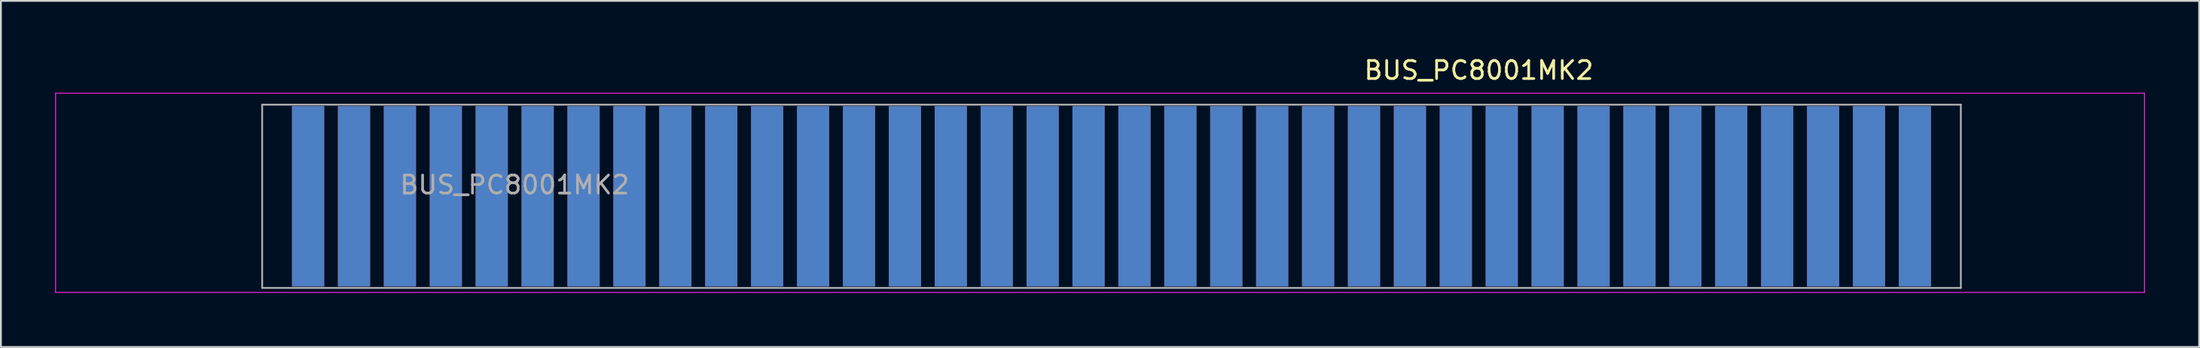
<source format=kicad_pcb>
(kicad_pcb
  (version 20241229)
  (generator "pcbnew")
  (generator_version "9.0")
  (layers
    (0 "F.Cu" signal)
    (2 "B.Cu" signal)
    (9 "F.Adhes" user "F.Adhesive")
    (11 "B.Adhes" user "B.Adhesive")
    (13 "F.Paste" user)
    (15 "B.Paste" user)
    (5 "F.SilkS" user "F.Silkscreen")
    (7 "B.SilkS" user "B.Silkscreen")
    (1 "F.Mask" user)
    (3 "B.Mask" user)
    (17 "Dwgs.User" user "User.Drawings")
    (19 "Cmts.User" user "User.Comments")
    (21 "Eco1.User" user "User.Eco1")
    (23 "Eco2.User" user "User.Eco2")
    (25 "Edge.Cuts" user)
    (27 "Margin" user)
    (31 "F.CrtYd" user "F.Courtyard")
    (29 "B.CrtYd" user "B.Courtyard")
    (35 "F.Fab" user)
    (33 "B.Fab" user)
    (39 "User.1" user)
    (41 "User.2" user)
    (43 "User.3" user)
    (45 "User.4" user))
  (footprint "BUS_PC8001MK2"
    (layer "F.Cu")
    (at 102.895 9.103)
    (property "Reference" "BUS_PC8001MK2" (at -24.13 -8.255 0) (layer "F.SilkS") (effects (font (size 1 1) (thickness 0.15))))
    (attr exclude_from_pos_files exclude_from_bom)
    (fp_line (start -102.87 -6.985) (end 12.7 -6.985) (stroke (width 0.05) (type solid)) (layer "F.CrtYd"))
    (fp_line (start -102.87 4.06) (end -102.87 -6.985) (stroke (width 0.05) (type solid)) (layer "F.CrtYd"))
    (fp_line (start 12.7 4.06) (end -102.87 4.06) (stroke (width 0.05) (type solid)) (layer "F.CrtYd"))
    (fp_line (start 12.7 4.06) (end 12.7 -6.985) (stroke (width 0.05) (type solid)) (layer "F.CrtYd"))
    (fp_line (start -91.44 -6.35) (end -91.44 3.81) (stroke (width 0.1) (type solid)) (layer "F.Fab"))
    (fp_line (start -91.44 -6.35) (end 2.54 -6.35) (stroke (width 0.1) (type solid)) (layer "F.Fab"))
    (fp_line (start 2.54 -6.35) (end 2.54 3.81) (stroke (width 0.1) (type solid)) (layer "F.Fab"))
    (fp_line (start 2.54 3.81) (end -91.44 3.81) (stroke (width 0.1) (type solid)) (layer "F.Fab"))
    (fp_text user "${REFERENCE}" (at -77.47 -1.905 0) (layer "F.Fab") (effects (font (size 1 1) (thickness 0.15))))
    (pad "a1" connect rect (at -88.9 -1.27) (size 1.78 10) (layers "F.Cu" "F.Mask"))
    (pad "a2" connect rect (at -86.36 -1.27) (size 1.78 10) (layers "F.Cu" "F.Mask"))
    (pad "a3" connect rect (at -83.82 -1.27) (size 1.78 10) (layers "F.Cu" "F.Mask"))
    (pad "a4" connect rect (at -81.28 -1.27) (size 1.78 10) (layers "F.Cu" "F.Mask"))
    (pad "a5" connect rect (at -78.74 -1.27) (size 1.78 10) (layers "F.Cu" "F.Mask"))
    (pad "a6" connect rect (at -76.2 -1.27) (size 1.78 10) (layers "F.Cu" "F.Mask"))
    (pad "a7" connect rect (at -73.66 -1.27) (size 1.78 10) (layers "F.Cu" "F.Mask"))
    (pad "a8" connect rect (at -71.12 -1.27) (size 1.78 10) (layers "F.Cu" "F.Mask"))
    (pad "a9" connect rect (at -68.58 -1.27) (size 1.78 10) (layers "F.Cu" "F.Mask"))
    (pad "a10" connect rect (at -66.04 -1.27) (size 1.78 10) (layers "F.Cu" "F.Mask"))
    (pad "a11" connect rect (at -63.5 -1.27) (size 1.78 10) (layers "F.Cu" "F.Mask"))
    (pad "a12" connect rect (at -60.96 -1.27) (size 1.78 10) (layers "F.Cu" "F.Mask"))
    (pad "a13" connect rect (at -58.42 -1.27) (size 1.78 10) (layers "F.Cu" "F.Mask"))
    (pad "a14" connect rect (at -55.88 -1.27) (size 1.78 10) (layers "F.Cu" "F.Mask"))
    (pad "a15" connect rect (at -53.34 -1.27) (size 1.78 10) (layers "F.Cu" "F.Mask"))
    (pad "a16" connect rect (at -50.8 -1.27) (size 1.78 10) (layers "F.Cu" "F.Mask"))
    (pad "a17" connect rect (at -48.26 -1.27) (size 1.78 10) (layers "F.Cu" "F.Mask"))
    (pad "a18" connect rect (at -45.72 -1.27) (size 1.78 10) (layers "F.Cu" "F.Mask"))
    (pad "a19" connect rect (at -43.18 -1.27) (size 1.78 10) (layers "F.Cu" "F.Mask"))
    (pad "a20" connect rect (at -40.64 -1.27) (size 1.78 10) (layers "F.Cu" "F.Mask"))
    (pad "a21" connect rect (at -38.1 -1.27) (size 1.78 10) (layers "F.Cu" "F.Mask"))
    (pad "a22" connect rect (at -35.56 -1.27) (size 1.78 10) (layers "F.Cu" "F.Mask"))
    (pad "a23" connect rect (at -33.02 -1.27) (size 1.78 10) (layers "F.Cu" "F.Mask"))
    (pad "a24" connect rect (at -30.48 -1.27) (size 1.78 10) (layers "F.Cu" "F.Mask"))
    (pad "a25" connect rect (at -27.94 -1.27) (size 1.78 10) (layers "F.Cu" "F.Mask"))
    (pad "a26" connect rect (at -25.4 -1.27) (size 1.78 10) (layers "F.Cu" "F.Mask"))
    (pad "a27" connect rect (at -22.86 -1.27) (size 1.78 10) (layers "F.Cu" "F.Mask"))
    (pad "a28" connect rect (at -20.32 -1.27) (size 1.78 10) (layers "F.Cu" "F.Mask"))
    (pad "a29" connect rect (at -17.78 -1.27) (size 1.78 10) (layers "F.Cu" "F.Mask"))
    (pad "a30" connect rect (at -15.24 -1.27) (size 1.78 10) (layers "F.Cu" "F.Mask"))
    (pad "a31" connect rect (at -12.7 -1.27) (size 1.78 10) (layers "F.Cu" "F.Mask"))
    (pad "a32" connect rect (at -10.16 -1.27) (size 1.78 10) (layers "F.Cu" "F.Mask"))
    (pad "a33" connect rect (at -7.62 -1.27) (size 1.78 10) (layers "F.Cu" "F.Mask"))
    (pad "a34" connect rect (at -5.08 -1.27) (size 1.78 10) (layers "F.Cu" "F.Mask"))
    (pad "a35" connect rect (at -2.54 -1.27) (size 1.78 10) (layers "F.Cu" "F.Mask"))
    (pad "a36" connect rect (at 0 -1.27) (size 1.78 10) (layers "F.Cu" "F.Mask"))
    (pad "b1" connect rect (at -88.9 -1.27) (size 1.78 10) (layers "B.Cu" "B.Mask"))
    (pad "b2" connect rect (at -86.36 -1.27) (size 1.78 10) (layers "B.Cu" "B.Mask"))
    (pad "b3" connect rect (at -83.82 -1.27) (size 1.78 10) (layers "B.Cu" "B.Mask"))
    (pad "b4" connect rect (at -81.28 -1.27) (size 1.78 10) (layers "B.Cu" "B.Mask"))
    (pad "b5" connect rect (at -78.74 -1.27) (size 1.78 10) (layers "B.Cu" "B.Mask"))
    (pad "b6" connect rect (at -76.2 -1.27) (size 1.78 10) (layers "B.Cu" "B.Mask"))
    (pad "b7" connect rect (at -73.66 -1.27) (size 1.78 10) (layers "B.Cu" "B.Mask"))
    (pad "b8" connect rect (at -71.12 -1.27) (size 1.78 10) (layers "B.Cu" "B.Mask"))
    (pad "b9" connect rect (at -68.58 -1.27) (size 1.78 10) (layers "B.Cu" "B.Mask"))
    (pad "b10" connect rect (at -66.04 -1.27) (size 1.78 10) (layers "B.Cu" "B.Mask"))
    (pad "b11" connect rect (at -63.5 -1.27) (size 1.78 10) (layers "B.Cu" "B.Mask"))
    (pad "b12" connect rect (at -60.96 -1.27) (size 1.78 10) (layers "B.Cu" "B.Mask"))
    (pad "b13" connect rect (at -58.42 -1.27) (size 1.78 10) (layers "B.Cu" "B.Mask"))
    (pad "b14" connect rect (at -55.88 -1.27) (size 1.78 10) (layers "B.Cu" "B.Mask"))
    (pad "b15" connect rect (at -53.34 -1.27) (size 1.78 10) (layers "B.Cu" "B.Mask"))
    (pad "b16" connect rect (at -50.8 -1.27) (size 1.78 10) (layers "B.Cu" "B.Mask"))
    (pad "b17" connect rect (at -48.26 -1.27) (size 1.78 10) (layers "B.Cu" "B.Mask"))
    (pad "b18" connect rect (at -45.72 -1.27) (size 1.78 10) (layers "B.Cu" "B.Mask"))
    (pad "b19" connect rect (at -43.18 -1.27) (size 1.78 10) (layers "B.Cu" "B.Mask"))
    (pad "b20" connect rect (at -40.64 -1.27) (size 1.78 10) (layers "B.Cu" "B.Mask"))
    (pad "b21" connect rect (at -38.1 -1.27) (size 1.78 10) (layers "B.Cu" "B.Mask"))
    (pad "b22" connect rect (at -35.56 -1.27) (size 1.78 10) (layers "B.Cu" "B.Mask"))
    (pad "b23" connect rect (at -33.02 -1.27) (size 1.78 10) (layers "B.Cu" "B.Mask"))
    (pad "b24" connect rect (at -30.48 -1.27) (size 1.78 10) (layers "B.Cu" "B.Mask"))
    (pad "b25" connect rect (at -27.94 -1.27) (size 1.78 10) (layers "B.Cu" "B.Mask"))
    (pad "b26" connect rect (at -25.4 -1.27) (size 1.78 10) (layers "B.Cu" "B.Mask"))
    (pad "b27" connect rect (at -22.86 -1.27) (size 1.78 10) (layers "B.Cu" "B.Mask"))
    (pad "b28" connect rect (at -20.32 -1.27) (size 1.78 10) (layers "B.Cu" "B.Mask"))
    (pad "b29" connect rect (at -17.78 -1.27) (size 1.78 10) (layers "B.Cu" "B.Mask"))
    (pad "b30" connect rect (at -15.24 -1.27) (size 1.78 10) (layers "B.Cu" "B.Mask"))
    (pad "b31" connect rect (at -12.7 -1.27) (size 1.78 10) (layers "B.Cu" "B.Mask"))
    (pad "b32" connect rect (at -10.16 -1.27) (size 1.78 10) (layers "B.Cu" "B.Mask"))
    (pad "b33" connect rect (at -7.62 -1.27) (size 1.78 10) (layers "B.Cu" "B.Mask"))
    (pad "b34" connect rect (at -5.08 -1.27) (size 1.78 10) (layers "B.Cu" "B.Mask"))
    (pad "b35" connect rect (at -2.54 -1.27) (size 1.78 10) (layers "B.Cu" "B.Mask"))
    (pad "b36" connect rect (at 0 -1.27) (size 1.78 10) (layers "B.Cu" "B.Mask")))
  (gr_rect
    (start -3 -3)
    (end 118.62 16.188)
    (stroke (width 0.1) (type default))
    (fill no)
    (layer "Edge.Cuts")))
</source>
